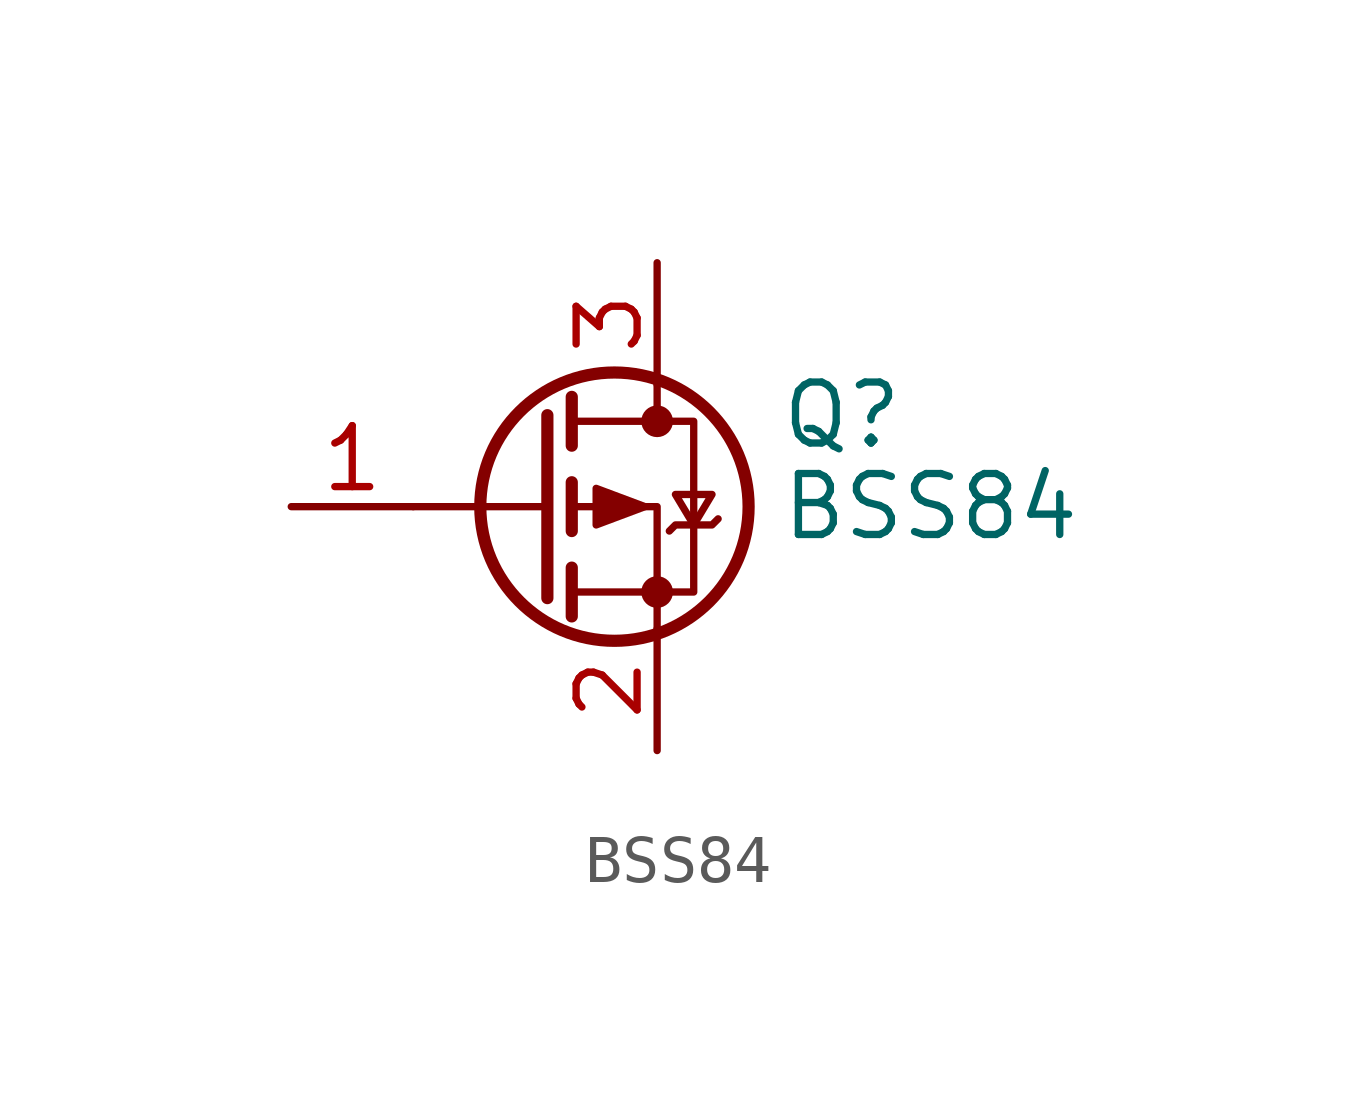
<source format=kicad_sym>
(kicad_symbol_lib
  (version 20211014)
  (generator kicad_symbol_editor)
  (symbol "BSS84"
    (pin_names hide)
    (property "Reference" "Q"
      (at 5.08 1.905 0)
      (effects (font (size 1.27 1.27)) (justify left)))
    (property "Value" "BSS84"
      (at 5.08 0 0)
      (effects (font (size 1.27 1.27)) (justify left)))
    (symbol "BSS84_0_1"
      (polyline (pts (xy 0.254 0) (xy -2.54 0)) (stroke (width 0) (type default) (color 0 0 0 0)) (fill (type none)))
      (polyline (pts (xy 0.254 1.905) (xy 0.254 -1.905)) (stroke (width 0.254) (type default) (color 0 0 0 0)) (fill (type none)))
      (polyline (pts (xy 0.762 -1.27) (xy 0.762 -2.286)) (stroke (width 0.254) (type default) (color 0 0 0 0)) (fill (type none)))
      (polyline (pts (xy 0.762 0.508) (xy 0.762 -0.508)) (stroke (width 0.254) (type default) (color 0 0 0 0)) (fill (type none)))
      (polyline (pts (xy 0.762 2.286) (xy 0.762 1.27)) (stroke (width 0.254) (type default) (color 0 0 0 0)) (fill (type none)))
      (polyline (pts (xy 2.54 2.54) (xy 2.54 1.778)) (stroke (width 0) (type default) (color 0 0 0 0)) (fill (type none)))
      (polyline (pts (xy 2.54 -2.54) (xy 2.54 0) (xy 0.762 0)) (stroke (width 0) (type default) (color 0 0 0 0)) (fill (type none)))
      (polyline (pts (xy 0.762 1.778) (xy 3.302 1.778) (xy 3.302 -1.778) (xy 0.762 -1.778)) (stroke (width 0) (type default) (color 0 0 0 0)) (fill (type none)))
      (polyline (pts (xy 2.286 0) (xy 1.27 0.381) (xy 1.27 -0.381) (xy 2.286 0)) (stroke (width 0) (type default) (color 0 0 0 0)) (fill (type outline)))
      (polyline (pts (xy 2.794 -0.508) (xy 2.921 -0.381) (xy 3.683 -0.381) (xy 3.81 -0.254)) (stroke (width 0) (type default) (color 0 0 0 0)) (fill (type none)))
      (polyline (pts (xy 3.302 -0.381) (xy 2.921 0.254) (xy 3.683 0.254) (xy 3.302 -0.381)) (stroke (width 0) (type default) (color 0 0 0 0)) (fill (type none)))
      (circle (center 1.651 0) (radius 2.794) (stroke (width 0.254) (type default) (color 0 0 0 0)) (fill (type none)))
      (circle (center 2.54 -1.778) (radius 0.254) (stroke (width 0) (type default) (color 0 0 0 0)) (fill (type outline)))
      (circle (center 2.54 1.778) (radius 0.254) (stroke (width 0) (type default) (color 0 0 0 0)) (fill (type outline))))
    (symbol "BSS84_1_1"
      (pin input line (at -5.08 0 0) (length 2.54) (name "G" (effects (font (size 1.27 1.27)))) (number "1" (effects (font (size 1.27 1.27)))))
      (pin passive line (at 2.54 -5.08 90) (length 2.54) (name "S" (effects (font (size 1.27 1.27)))) (number "2" (effects (font (size 1.27 1.27)))))
      (pin passive line (at 2.54 5.08 270) (length 2.54) (name "D" (effects (font (size 1.27 1.27)))) (number "3" (effects (font (size 1.27 1.27))))))))
</source>
